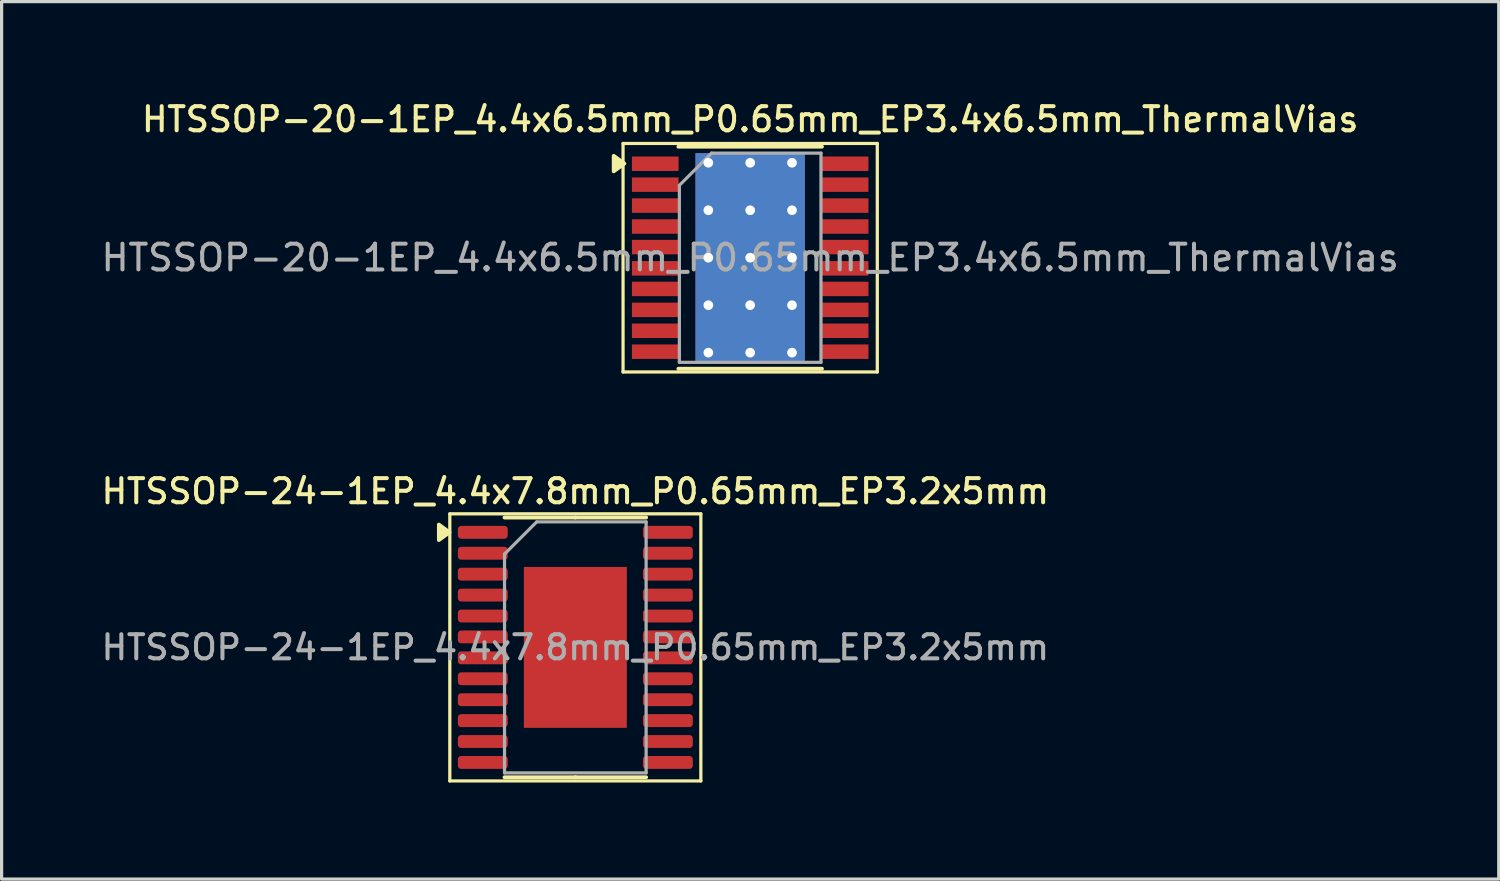
<source format=kicad_pcb>
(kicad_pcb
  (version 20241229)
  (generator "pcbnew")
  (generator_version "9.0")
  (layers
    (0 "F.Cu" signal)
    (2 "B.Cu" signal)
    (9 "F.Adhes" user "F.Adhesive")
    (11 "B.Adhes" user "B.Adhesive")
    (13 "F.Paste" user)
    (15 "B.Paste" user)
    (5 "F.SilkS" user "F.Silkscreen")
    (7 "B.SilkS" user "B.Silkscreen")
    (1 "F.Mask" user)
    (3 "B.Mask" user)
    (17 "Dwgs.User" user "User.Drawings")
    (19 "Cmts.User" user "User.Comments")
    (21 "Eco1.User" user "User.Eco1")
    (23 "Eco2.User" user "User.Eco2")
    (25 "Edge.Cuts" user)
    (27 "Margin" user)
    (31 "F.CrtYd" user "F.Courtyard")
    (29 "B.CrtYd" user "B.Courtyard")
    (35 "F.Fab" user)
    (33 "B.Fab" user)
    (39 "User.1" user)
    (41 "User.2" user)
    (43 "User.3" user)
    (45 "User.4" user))
  (footprint "HTSSOP-20-1EP_4.4x6.5mm_P0.65mm_EP3.4x6.5mm_ThermalVias"
    (layer "F.Cu")
    (at 20.26 4.958)
    (property "Reference" "HTSSOP-20-1EP_4.4x6.5mm_P0.65mm_EP3.4x6.5mm_ThermalVias" (at 0 -4.3 0) (layer "F.SilkS") (effects (font (size 0.75 0.75) (thickness 0.125))))
    (attr smd)
    (fp_line (start -3.95 -3.55) (end -3.95 3.55) (stroke (width 0.1) (type solid)) (layer "F.SilkS"))
    (fp_line (start -3.95 -3.55) (end 3.95 -3.55) (stroke (width 0.1) (type solid)) (layer "F.SilkS"))
    (fp_line (start -3.95 3.55) (end 3.95 3.55) (stroke (width 0.1) (type solid)) (layer "F.SilkS"))
    (fp_line (start -2.23 -3.45) (end 2.23 -3.45) (stroke (width 0.12) (type solid)) (layer "F.SilkS"))
    (fp_line (start -2.23 3.45) (end 2.23 3.45) (stroke (width 0.12) (type solid)) (layer "F.SilkS"))
    (fp_line (start 3.95 -3.55) (end 3.95 3.55) (stroke (width 0.1) (type solid)) (layer "F.SilkS"))
    (fp_poly (pts (xy -3.91 -2.925) (xy -4.24 -3.165) (xy -4.24 -2.685) (xy -3.91 -2.925)) (stroke (width 0.12) (type solid)) (fill yes) (layer "F.SilkS"))
    (fp_line (start -2.2 -2.25) (end -1.2 -3.25) (stroke (width 0.1) (type solid)) (layer "F.Fab"))
    (fp_line (start -2.2 3.25) (end -2.2 -2.25) (stroke (width 0.1) (type solid)) (layer "F.Fab"))
    (fp_line (start -1.2 -3.25) (end 2.2 -3.25) (stroke (width 0.1) (type solid)) (layer "F.Fab"))
    (fp_line (start 2.2 -3.25) (end 2.2 3.25) (stroke (width 0.1) (type solid)) (layer "F.Fab"))
    (fp_line (start 2.2 3.25) (end -2.2 3.25) (stroke (width 0.1) (type solid)) (layer "F.Fab"))
    (fp_text user "${REFERENCE}" (at 0 0 0) (layer "F.Fab") (effects (font (size 0.8 0.8) (thickness 0.125))))
    (pad "" smd rect (at -0.85 -2.212) (size 1.4 1.075) (layers "F.Paste"))
    (pad "" smd rect (at -0.85 -0.738) (size 1.4 1.075) (layers "F.Paste"))
    (pad "" smd rect (at -0.85 0.738) (size 1.4 1.075) (layers "F.Paste"))
    (pad "" smd rect (at -0.85 2.212) (size 1.4 1.075) (layers "F.Paste"))
    (pad "" smd rect (at 0.85 -2.212) (size 1.4 1.075) (layers "F.Paste"))
    (pad "" smd rect (at 0.85 -0.738) (size 1.4 1.075) (layers "F.Paste"))
    (pad "" smd rect (at 0.85 0.738) (size 1.4 1.075) (layers "F.Paste"))
    (pad "" smd rect (at 0.85 2.212) (size 1.4 1.075) (layers "F.Paste"))
    (pad "1" smd rect (at -2.95 -2.92) (size 1.45 0.45) (layers "F.Cu" "F.Mask" "F.Paste"))
    (pad "2" smd rect (at -2.95 -2.27) (size 1.45 0.45) (layers "F.Cu" "F.Mask" "F.Paste"))
    (pad "3" smd rect (at -2.95 -1.62) (size 1.45 0.45) (layers "F.Cu" "F.Mask" "F.Paste"))
    (pad "4" smd rect (at -2.95 -0.97) (size 1.45 0.45) (layers "F.Cu" "F.Mask" "F.Paste"))
    (pad "5" smd rect (at -2.95 -0.33) (size 1.45 0.45) (layers "F.Cu" "F.Mask" "F.Paste"))
    (pad "6" smd rect (at -2.95 0.33) (size 1.45 0.45) (layers "F.Cu" "F.Mask" "F.Paste"))
    (pad "7" smd rect (at -2.95 0.97) (size 1.45 0.45) (layers "F.Cu" "F.Mask" "F.Paste"))
    (pad "8" smd rect (at -2.95 1.62) (size 1.45 0.45) (layers "F.Cu" "F.Mask" "F.Paste"))
    (pad "9" smd rect (at -2.95 2.27) (size 1.45 0.45) (layers "F.Cu" "F.Mask" "F.Paste"))
    (pad "10" smd rect (at -2.95 2.92) (size 1.45 0.45) (layers "F.Cu" "F.Mask" "F.Paste"))
    (pad "11" smd rect (at 2.95 2.92) (size 1.45 0.45) (layers "F.Cu" "F.Mask" "F.Paste"))
    (pad "12" smd rect (at 2.95 2.27) (size 1.45 0.45) (layers "F.Cu" "F.Mask" "F.Paste"))
    (pad "13" smd rect (at 2.95 1.62) (size 1.45 0.45) (layers "F.Cu" "F.Mask" "F.Paste"))
    (pad "14" smd rect (at 2.95 0.97) (size 1.45 0.45) (layers "F.Cu" "F.Mask" "F.Paste"))
    (pad "15" smd rect (at 2.95 0.33) (size 1.45 0.45) (layers "F.Cu" "F.Mask" "F.Paste"))
    (pad "16" smd rect (at 2.95 -0.33) (size 1.45 0.45) (layers "F.Cu" "F.Mask" "F.Paste"))
    (pad "17" smd rect (at 2.95 -0.97) (size 1.45 0.45) (layers "F.Cu" "F.Mask" "F.Paste"))
    (pad "18" smd rect (at 2.95 -1.62) (size 1.45 0.45) (layers "F.Cu" "F.Mask" "F.Paste"))
    (pad "19" smd rect (at 2.95 -2.27) (size 1.45 0.45) (layers "F.Cu" "F.Mask" "F.Paste"))
    (pad "20" smd rect (at 2.95 -2.92) (size 1.45 0.45) (layers "F.Cu" "F.Mask" "F.Paste"))
    (pad "21" thru_hole circle (at -1.3 -2.95) (size 0.6 0.6) (drill 0.3) (layers "*.Cu"))
    (pad "21" thru_hole circle (at -1.3 -1.475) (size 0.6 0.6) (drill 0.3) (layers "*.Cu"))
    (pad "21" thru_hole circle (at -1.3 0) (size 0.6 0.6) (drill 0.3) (layers "*.Cu"))
    (pad "21" thru_hole circle (at -1.3 1.475) (size 0.6 0.6) (drill 0.3) (layers "*.Cu"))
    (pad "21" thru_hole circle (at -1.3 2.95) (size 0.6 0.6) (drill 0.3) (layers "*.Cu"))
    (pad "21" thru_hole circle (at 0 -2.95) (size 0.6 0.6) (drill 0.3) (layers "*.Cu"))
    (pad "21" thru_hole circle (at 0 -1.475) (size 0.6 0.6) (drill 0.3) (layers "*.Cu"))
    (pad "21" thru_hole circle (at 0 0) (size 0.6 0.6) (drill 0.3) (layers "*.Cu"))
    (pad "21" smd rect (at 0 0) (size 3.4 6.5) (layers "F.Cu" "F.Mask"))
    (pad "21" smd rect (at 0 0) (size 3.4 6.5) (layers "B.Cu"))
    (pad "21" thru_hole circle (at 0 1.475) (size 0.6 0.6) (drill 0.3) (layers "*.Cu"))
    (pad "21" thru_hole circle (at 0 2.95) (size 0.6 0.6) (drill 0.3) (layers "*.Cu"))
    (pad "21" thru_hole circle (at 1.3 -2.95) (size 0.6 0.6) (drill 0.3) (layers "*.Cu"))
    (pad "21" thru_hole circle (at 1.3 -1.475) (size 0.6 0.6) (drill 0.3) (layers "*.Cu"))
    (pad "21" thru_hole circle (at 1.3 0) (size 0.6 0.6) (drill 0.3) (layers "*.Cu"))
    (pad "21" thru_hole circle (at 1.3 1.475) (size 0.6 0.6) (drill 0.3) (layers "*.Cu"))
    (pad "21" thru_hole circle (at 1.3 2.95) (size 0.6 0.6) (drill 0.3) (layers "*.Cu")))
  (footprint "HTSSOP-24-1EP_4.4x7.8mm_P0.65mm_EP3.2x5mm"
    (layer "F.Cu")
    (at 14.827 17.066)
    (property "Reference" "HTSSOP-24-1EP_4.4x7.8mm_P0.65mm_EP3.2x5mm" (at 0 -4.85 0) (layer "F.SilkS") (effects (font (size 0.75 0.75) (thickness 0.125))))
    (attr smd)
    (fp_line (start -3.9 -4.15) (end -3.9 4.15) (stroke (width 0.1) (type solid)) (layer "F.SilkS"))
    (fp_line (start -3.9 4.15) (end 3.9 4.15) (stroke (width 0.1) (type solid)) (layer "F.SilkS"))
    (fp_line (start 0 -4.035) (end -2.2 -4.035) (stroke (width 0.12) (type solid)) (layer "F.SilkS"))
    (fp_line (start 0 -4.035) (end 2.2 -4.035) (stroke (width 0.12) (type solid)) (layer "F.SilkS"))
    (fp_line (start 0 4.035) (end -2.2 4.035) (stroke (width 0.12) (type solid)) (layer "F.SilkS"))
    (fp_line (start 0 4.035) (end 2.2 4.035) (stroke (width 0.12) (type solid)) (layer "F.SilkS"))
    (fp_line (start 3.9 -4.15) (end -3.9 -4.15) (stroke (width 0.1) (type solid)) (layer "F.SilkS"))
    (fp_line (start 3.9 4.15) (end 3.9 -4.15) (stroke (width 0.1) (type solid)) (layer "F.SilkS"))
    (fp_poly (pts (xy -3.91 -3.575) (xy -4.24 -3.815) (xy -4.24 -3.335) (xy -3.91 -3.575)) (stroke (width 0.12) (type solid)) (fill yes) (layer "F.SilkS"))
    (fp_line (start -2.2 -2.9) (end -1.2 -3.9) (stroke (width 0.1) (type solid)) (layer "F.Fab"))
    (fp_line (start -2.2 3.9) (end -2.2 -2.9) (stroke (width 0.1) (type solid)) (layer "F.Fab"))
    (fp_line (start -1.2 -3.9) (end 2.2 -3.9) (stroke (width 0.1) (type solid)) (layer "F.Fab"))
    (fp_line (start 2.2 -3.9) (end 2.2 3.9) (stroke (width 0.1) (type solid)) (layer "F.Fab"))
    (fp_line (start 2.2 3.9) (end -2.2 3.9) (stroke (width 0.1) (type solid)) (layer "F.Fab"))
    (fp_text user "${REFERENCE}" (at 0 0 0) (layer "F.Fab") (effects (font (size 0.75 0.75) (thickness 0.125))))
    (pad "" smd roundrect (at -0.8 -1.67) (size 1.29 1.34) (layers "F.Paste") (roundrect_rratio 0.194))
    (pad "" smd roundrect (at -0.8 0) (size 1.29 1.34) (layers "F.Paste") (roundrect_rratio 0.194))
    (pad "" smd roundrect (at -0.8 1.67) (size 1.29 1.34) (layers "F.Paste") (roundrect_rratio 0.194))
    (pad "" smd roundrect (at 0.8 -1.67) (size 1.29 1.34) (layers "F.Paste") (roundrect_rratio 0.194))
    (pad "" smd roundrect (at 0.8 0) (size 1.29 1.34) (layers "F.Paste") (roundrect_rratio 0.194))
    (pad "" smd roundrect (at 0.8 1.67) (size 1.29 1.34) (layers "F.Paste") (roundrect_rratio 0.194))
    (pad "1" smd roundrect (at -2.875 -3.575) (size 1.55 0.4) (layers "F.Cu" "F.Mask" "F.Paste") (roundrect_rratio 0.25))
    (pad "2" smd roundrect (at -2.875 -2.925) (size 1.55 0.4) (layers "F.Cu" "F.Mask" "F.Paste") (roundrect_rratio 0.25))
    (pad "3" smd roundrect (at -2.875 -2.275) (size 1.55 0.4) (layers "F.Cu" "F.Mask" "F.Paste") (roundrect_rratio 0.25))
    (pad "4" smd roundrect (at -2.875 -1.625) (size 1.55 0.4) (layers "F.Cu" "F.Mask" "F.Paste") (roundrect_rratio 0.25))
    (pad "5" smd roundrect (at -2.875 -0.975) (size 1.55 0.4) (layers "F.Cu" "F.Mask" "F.Paste") (roundrect_rratio 0.25))
    (pad "6" smd roundrect (at -2.875 -0.325) (size 1.55 0.4) (layers "F.Cu" "F.Mask" "F.Paste") (roundrect_rratio 0.25))
    (pad "7" smd roundrect (at -2.875 0.325) (size 1.55 0.4) (layers "F.Cu" "F.Mask" "F.Paste") (roundrect_rratio 0.25))
    (pad "8" smd roundrect (at -2.875 0.975) (size 1.55 0.4) (layers "F.Cu" "F.Mask" "F.Paste") (roundrect_rratio 0.25))
    (pad "9" smd roundrect (at -2.875 1.625) (size 1.55 0.4) (layers "F.Cu" "F.Mask" "F.Paste") (roundrect_rratio 0.25))
    (pad "10" smd roundrect (at -2.875 2.275) (size 1.55 0.4) (layers "F.Cu" "F.Mask" "F.Paste") (roundrect_rratio 0.25))
    (pad "11" smd roundrect (at -2.875 2.925) (size 1.55 0.4) (layers "F.Cu" "F.Mask" "F.Paste") (roundrect_rratio 0.25))
    (pad "12" smd roundrect (at -2.875 3.575) (size 1.55 0.4) (layers "F.Cu" "F.Mask" "F.Paste") (roundrect_rratio 0.25))
    (pad "13" smd roundrect (at 2.875 3.575) (size 1.55 0.4) (layers "F.Cu" "F.Mask" "F.Paste") (roundrect_rratio 0.25))
    (pad "14" smd roundrect (at 2.875 2.925) (size 1.55 0.4) (layers "F.Cu" "F.Mask" "F.Paste") (roundrect_rratio 0.25))
    (pad "15" smd roundrect (at 2.875 2.275) (size 1.55 0.4) (layers "F.Cu" "F.Mask" "F.Paste") (roundrect_rratio 0.25))
    (pad "16" smd roundrect (at 2.875 1.625) (size 1.55 0.4) (layers "F.Cu" "F.Mask" "F.Paste") (roundrect_rratio 0.25))
    (pad "17" smd roundrect (at 2.875 0.975) (size 1.55 0.4) (layers "F.Cu" "F.Mask" "F.Paste") (roundrect_rratio 0.25))
    (pad "18" smd roundrect (at 2.875 0.325) (size 1.55 0.4) (layers "F.Cu" "F.Mask" "F.Paste") (roundrect_rratio 0.25))
    (pad "19" smd roundrect (at 2.875 -0.325) (size 1.55 0.4) (layers "F.Cu" "F.Mask" "F.Paste") (roundrect_rratio 0.25))
    (pad "20" smd roundrect (at 2.875 -0.975) (size 1.55 0.4) (layers "F.Cu" "F.Mask" "F.Paste") (roundrect_rratio 0.25))
    (pad "21" smd roundrect (at 2.875 -1.625) (size 1.55 0.4) (layers "F.Cu" "F.Mask" "F.Paste") (roundrect_rratio 0.25))
    (pad "22" smd roundrect (at 2.875 -2.275) (size 1.55 0.4) (layers "F.Cu" "F.Mask" "F.Paste") (roundrect_rratio 0.25))
    (pad "23" smd roundrect (at 2.875 -2.925) (size 1.55 0.4) (layers "F.Cu" "F.Mask" "F.Paste") (roundrect_rratio 0.25))
    (pad "24" smd roundrect (at 2.875 -3.575) (size 1.55 0.4) (layers "F.Cu" "F.Mask" "F.Paste") (roundrect_rratio 0.25))
    (pad "25" smd rect (at 0 0) (size 3.2 5) (property pad_prop_heatsink) (layers "F.Cu" "F.Mask")))
  (gr_rect
    (start -3 -3)
    (end 43.52 24.266)
    (stroke (width 0.1) (type default))
    (fill no)
    (layer "Edge.Cuts")))
</source>
